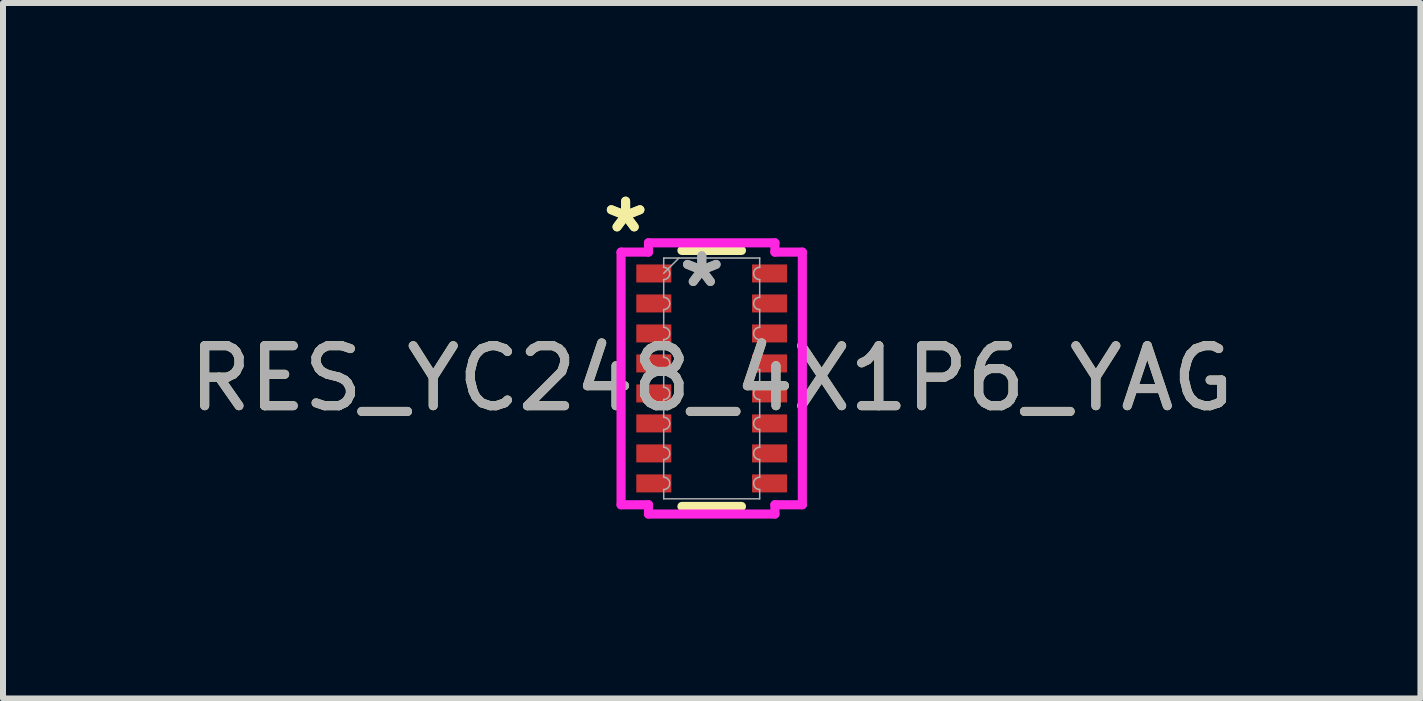
<source format=kicad_pcb>
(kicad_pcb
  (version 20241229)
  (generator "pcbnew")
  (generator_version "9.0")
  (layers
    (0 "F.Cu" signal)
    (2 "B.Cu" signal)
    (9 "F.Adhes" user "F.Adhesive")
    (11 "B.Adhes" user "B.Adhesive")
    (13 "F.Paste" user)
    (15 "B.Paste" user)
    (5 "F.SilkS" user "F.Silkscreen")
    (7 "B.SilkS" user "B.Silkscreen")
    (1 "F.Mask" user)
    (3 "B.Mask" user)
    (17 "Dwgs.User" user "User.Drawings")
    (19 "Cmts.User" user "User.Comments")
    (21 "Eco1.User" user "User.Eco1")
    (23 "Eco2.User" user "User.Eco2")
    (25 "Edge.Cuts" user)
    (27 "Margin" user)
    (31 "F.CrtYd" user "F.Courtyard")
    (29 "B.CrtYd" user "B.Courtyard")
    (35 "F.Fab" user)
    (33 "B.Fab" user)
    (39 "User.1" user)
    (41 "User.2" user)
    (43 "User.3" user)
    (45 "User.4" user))
  (footprint "RES_YC248_4X1P6_YAG"
    (layer "F.Cu")
    (at 8.815 3.259)
    (property "Reference" "RES_YC248_4X1P6_YAG" (at 0 0 0) (unlocked yes) (layer "F.SilkS") (effects (font (size 1 1) (thickness 0.15))))
    (attr smd)
    (fp_line (start -0.496 -2.134) (end 0.496 -2.134) (stroke (width 0.152) (type solid)) (layer "F.SilkS"))
    (fp_line (start -0.496 2.134) (end 0.496 2.134) (stroke (width 0.152) (type solid)) (layer "F.SilkS"))
    (fp_line (start -1.511 -2.106) (end -1.054 -2.106) (stroke (width 0.152) (type solid)) (layer "F.CrtYd"))
    (fp_line (start -1.511 2.106) (end -1.511 -2.106) (stroke (width 0.152) (type solid)) (layer "F.CrtYd"))
    (fp_line (start -1.511 2.106) (end -1.054 2.106) (stroke (width 0.152) (type solid)) (layer "F.CrtYd"))
    (fp_line (start -1.054 -2.261) (end 1.054 -2.261) (stroke (width 0.152) (type solid)) (layer "F.CrtYd"))
    (fp_line (start -1.054 -2.106) (end -1.054 -2.261) (stroke (width 0.152) (type solid)) (layer "F.CrtYd"))
    (fp_line (start -1.054 2.261) (end -1.054 2.106) (stroke (width 0.152) (type solid)) (layer "F.CrtYd"))
    (fp_line (start 1.054 -2.261) (end 1.054 -2.106) (stroke (width 0.152) (type solid)) (layer "F.CrtYd"))
    (fp_line (start 1.054 2.106) (end 1.054 2.261) (stroke (width 0.152) (type solid)) (layer "F.CrtYd"))
    (fp_line (start 1.054 2.261) (end -1.054 2.261) (stroke (width 0.152) (type solid)) (layer "F.CrtYd"))
    (fp_line (start 1.511 -2.106) (end 1.054 -2.106) (stroke (width 0.152) (type solid)) (layer "F.CrtYd"))
    (fp_line (start 1.511 -2.106) (end 1.511 2.106) (stroke (width 0.152) (type solid)) (layer "F.CrtYd"))
    (fp_line (start 1.511 2.106) (end 1.054 2.106) (stroke (width 0.152) (type solid)) (layer "F.CrtYd"))
    (fp_line (start -0.8 -2.007) (end 0.8 -2.007) (stroke (width 0.025) (type solid)) (layer "F.Fab"))
    (fp_line (start -0.8 -1.852) (end -0.8 -2.007) (stroke (width 0.025) (type solid)) (layer "F.Fab"))
    (fp_line (start -0.8 -1.648) (end -0.8 -1.352) (stroke (width 0.025) (type solid)) (layer "F.Fab"))
    (fp_line (start -0.8 -1.148) (end -0.8 -0.852) (stroke (width 0.025) (type solid)) (layer "F.Fab"))
    (fp_line (start -0.8 -0.648) (end -0.8 -0.352) (stroke (width 0.025) (type solid)) (layer "F.Fab"))
    (fp_line (start -0.8 -0.148) (end -0.8 0.148) (stroke (width 0.025) (type solid)) (layer "F.Fab"))
    (fp_line (start -0.8 0.352) (end -0.8 0.648) (stroke (width 0.025) (type solid)) (layer "F.Fab"))
    (fp_line (start -0.8 0.852) (end -0.8 1.148) (stroke (width 0.025) (type solid)) (layer "F.Fab"))
    (fp_line (start -0.8 1.352) (end -0.8 1.648) (stroke (width 0.025) (type solid)) (layer "F.Fab"))
    (fp_line (start -0.8 1.852) (end -0.8 2.007) (stroke (width 0.025) (type solid)) (layer "F.Fab"))
    (fp_line (start -0.8 2.007) (end 0.8 2.007) (stroke (width 0.025) (type solid)) (layer "F.Fab"))
    (fp_line (start -0.546 -2.007) (end -0.8 -1.753) (stroke (width 0.025) (type solid)) (layer "F.Fab"))
    (fp_line (start 0.8 -1.852) (end 0.8 -2.007) (stroke (width 0.025) (type solid)) (layer "F.Fab"))
    (fp_line (start 0.8 -1.648) (end 0.8 -1.352) (stroke (width 0.025) (type solid)) (layer "F.Fab"))
    (fp_line (start 0.8 -1.148) (end 0.8 -0.852) (stroke (width 0.025) (type solid)) (layer "F.Fab"))
    (fp_line (start 0.8 -0.648) (end 0.8 -0.352) (stroke (width 0.025) (type solid)) (layer "F.Fab"))
    (fp_line (start 0.8 -0.148) (end 0.8 0.148) (stroke (width 0.025) (type solid)) (layer "F.Fab"))
    (fp_line (start 0.8 0.352) (end 0.8 0.648) (stroke (width 0.025) (type solid)) (layer "F.Fab"))
    (fp_line (start 0.8 0.852) (end 0.8 1.148) (stroke (width 0.025) (type solid)) (layer "F.Fab"))
    (fp_line (start 0.8 1.352) (end 0.8 1.648) (stroke (width 0.025) (type solid)) (layer "F.Fab"))
    (fp_line (start 0.8 1.852) (end 0.8 2.007) (stroke (width 0.025) (type solid)) (layer "F.Fab"))
    (fp_arc (start -0.8001 -1.851599) (mid -0.6985 -1.749999) (end -0.8001 -1.648399) (stroke (width 0.0254) (type solid)) (layer "F.Fab"))
    (fp_arc (start -0.8001 -1.3516) (mid -0.6985 -1.25) (end -0.8001 -1.1484) (stroke (width 0.0254) (type solid)) (layer "F.Fab"))
    (fp_arc (start -0.8001 -0.851601) (mid -0.6985 -0.750001) (end -0.8001 -0.648401) (stroke (width 0.0254) (type solid)) (layer "F.Fab"))
    (fp_arc (start -0.8001 -0.351599) (mid -0.6985 -0.25) (end -0.8001 -0.1484) (stroke (width 0.0254) (type solid)) (layer "F.Fab"))
    (fp_arc (start -0.8001 0.1484) (mid -0.6985 0.249999) (end -0.8001 0.351599) (stroke (width 0.0254) (type solid)) (layer "F.Fab"))
    (fp_arc (start -0.8001 0.648401) (mid -0.6985 0.750001) (end -0.8001 0.851601) (stroke (width 0.0254) (type solid)) (layer "F.Fab"))
    (fp_arc (start -0.8001 1.1484) (mid -0.6985 1.25) (end -0.8001 1.3516) (stroke (width 0.0254) (type solid)) (layer "F.Fab"))
    (fp_arc (start -0.8001 1.648399) (mid -0.6985 1.749999) (end -0.8001 1.851599) (stroke (width 0.0254) (type solid)) (layer "F.Fab"))
    (fp_arc (start 0.8001 -1.648399) (mid 0.6985 -1.749999) (end 0.8001 -1.851599) (stroke (width 0.0254) (type solid)) (layer "F.Fab"))
    (fp_arc (start 0.8001 -1.1484) (mid 0.6985 -1.25) (end 0.8001 -1.3516) (stroke (width 0.0254) (type solid)) (layer "F.Fab"))
    (fp_arc (start 0.8001 -0.648401) (mid 0.6985 -0.750001) (end 0.8001 -0.851601) (stroke (width 0.0254) (type solid)) (layer "F.Fab"))
    (fp_arc (start 0.8001 -0.1484) (mid 0.6985 -0.249999) (end 0.8001 -0.351599) (stroke (width 0.0254) (type solid)) (layer "F.Fab"))
    (fp_arc (start 0.8001 0.351599) (mid 0.6985 0.25) (end 0.8001 0.1484) (stroke (width 0.0254) (type solid)) (layer "F.Fab"))
    (fp_arc (start 0.8001 0.851601) (mid 0.6985 0.750001) (end 0.8001 0.648401) (stroke (width 0.0254) (type solid)) (layer "F.Fab"))
    (fp_arc (start 0.8001 1.3516) (mid 0.6985 1.25) (end 0.8001 1.1484) (stroke (width 0.0254) (type solid)) (layer "F.Fab"))
    (fp_arc (start 0.8001 1.851599) (mid 0.6985 1.749999) (end 0.8001 1.648399) (stroke (width 0.0254) (type solid)) (layer "F.Fab"))
    (fp_text user "*" (at -1.435 -2.41 0) (layer "F.SilkS") (effects (font (size 1 1) (thickness 0.15))))
    (fp_text user "*" (at -1.435 -2.41 0) (unlocked yes) (layer "F.SilkS") (effects (font (size 1 1) (thickness 0.15))))
    (fp_text user "*" (at -0.165 -1.499 0) (unlocked yes) (layer "F.Fab") (effects (font (size 1 1) (thickness 0.15))))
    (fp_text user "${REFERENCE}" (at 0 0 0) (unlocked yes) (layer "F.Fab") (effects (font (size 1 1) (thickness 0.15))))
    (fp_text user "*" (at -0.165 -1.499 0) (layer "F.Fab") (effects (font (size 1 1) (thickness 0.15))))
    (pad "1" smd rect (at -0.965 -1.75) (size 0.584 0.3) (layers "F.Cu" "F.Mask" "F.Paste"))
    (pad "2" smd rect (at -0.965 -1.25) (size 0.584 0.3) (layers "F.Cu" "F.Mask" "F.Paste"))
    (pad "3" smd rect (at -0.965 -0.75) (size 0.584 0.3) (layers "F.Cu" "F.Mask" "F.Paste"))
    (pad "4" smd rect (at -0.965 -0.25) (size 0.584 0.3) (layers "F.Cu" "F.Mask" "F.Paste"))
    (pad "5" smd rect (at -0.965 0.25) (size 0.584 0.3) (layers "F.Cu" "F.Mask" "F.Paste"))
    (pad "6" smd rect (at -0.965 0.75) (size 0.584 0.3) (layers "F.Cu" "F.Mask" "F.Paste"))
    (pad "7" smd rect (at -0.965 1.25) (size 0.584 0.3) (layers "F.Cu" "F.Mask" "F.Paste"))
    (pad "8" smd rect (at -0.965 1.75) (size 0.584 0.3) (layers "F.Cu" "F.Mask" "F.Paste"))
    (pad "9" smd rect (at 0.965 1.75) (size 0.584 0.3) (layers "F.Cu" "F.Mask" "F.Paste"))
    (pad "10" smd rect (at 0.965 1.25) (size 0.584 0.3) (layers "F.Cu" "F.Mask" "F.Paste"))
    (pad "11" smd rect (at 0.965 0.75) (size 0.584 0.3) (layers "F.Cu" "F.Mask" "F.Paste"))
    (pad "12" smd rect (at 0.965 0.25) (size 0.584 0.3) (layers "F.Cu" "F.Mask" "F.Paste"))
    (pad "13" smd rect (at 0.965 -0.25) (size 0.584 0.3) (layers "F.Cu" "F.Mask" "F.Paste"))
    (pad "14" smd rect (at 0.965 -0.75) (size 0.584 0.3) (layers "F.Cu" "F.Mask" "F.Paste"))
    (pad "15" smd rect (at 0.965 -1.25) (size 0.584 0.3) (layers "F.Cu" "F.Mask" "F.Paste"))
    (pad "16" smd rect (at 0.965 -1.75) (size 0.584 0.3) (layers "F.Cu" "F.Mask" "F.Paste")))
  (gr_rect
    (start -3 -3)
    (end 20.631 8.595)
    (stroke (width 0.1) (type default))
    (fill no)
    (layer "Edge.Cuts")))
</source>
